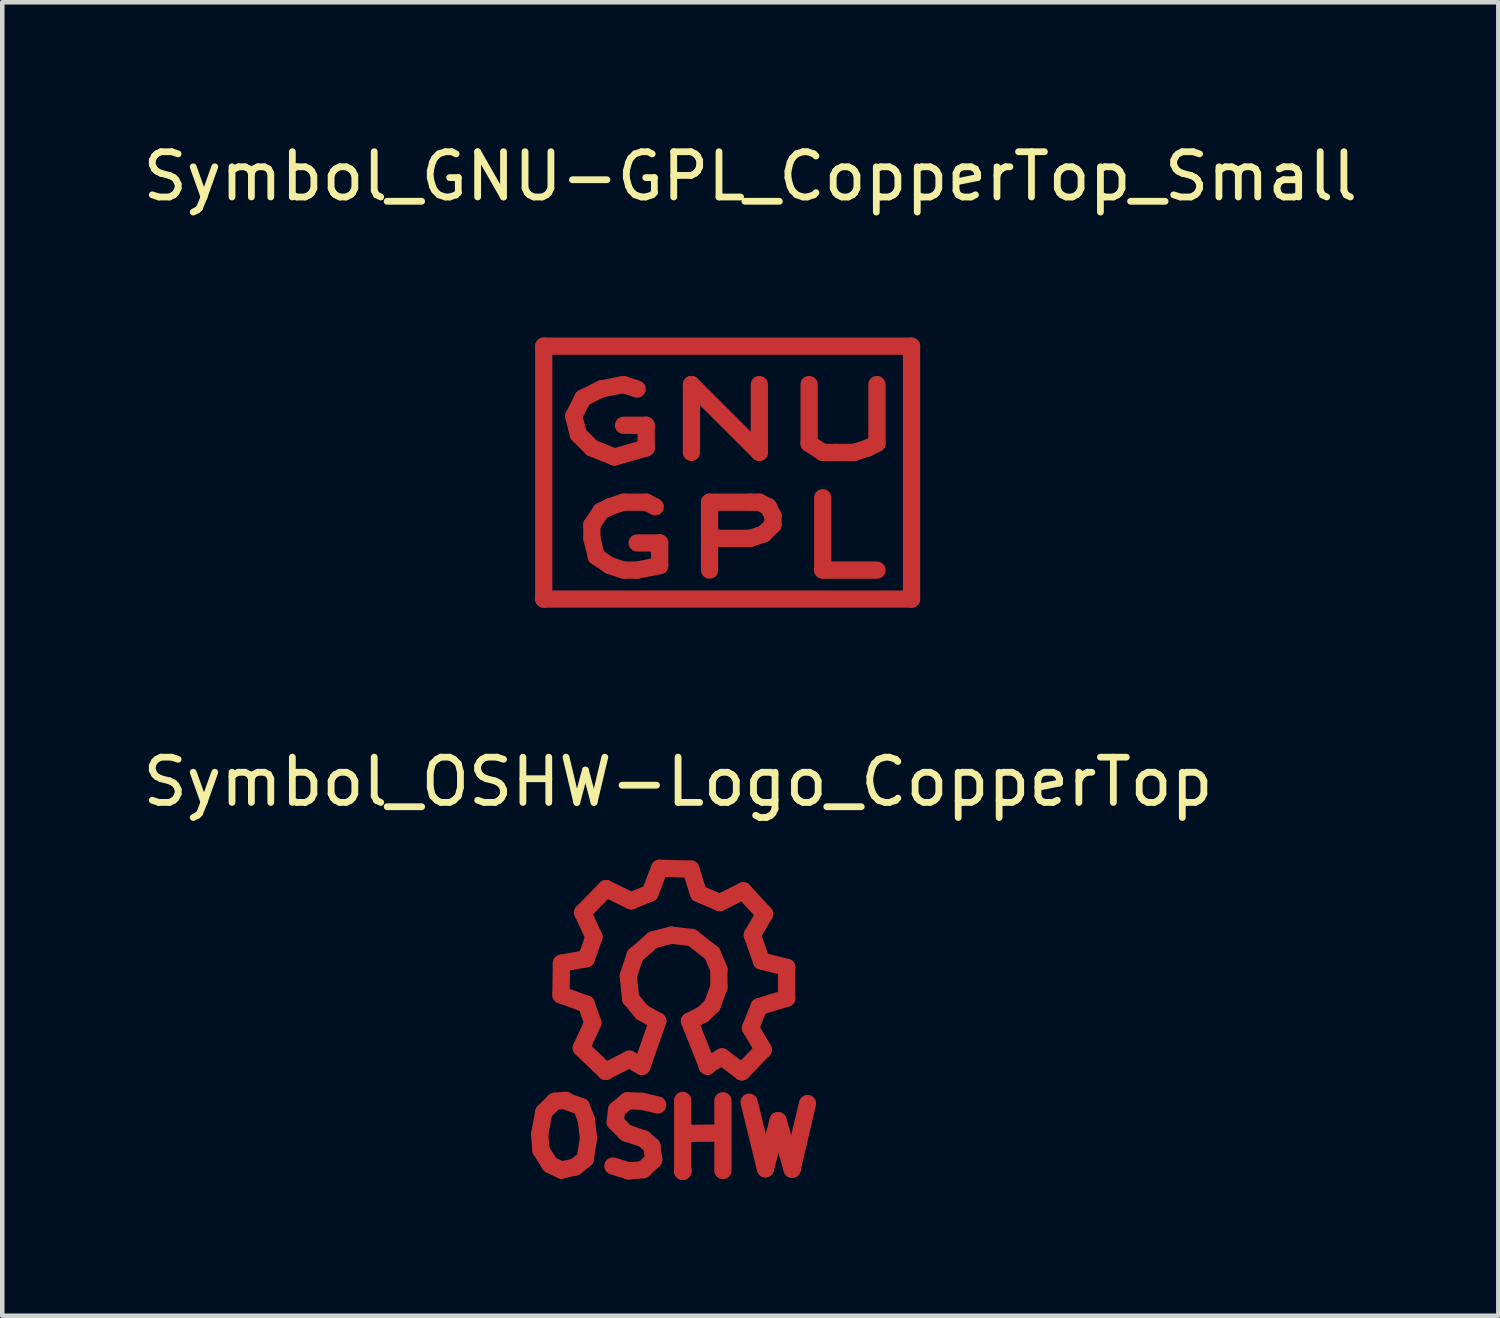
<source format=kicad_pcb>
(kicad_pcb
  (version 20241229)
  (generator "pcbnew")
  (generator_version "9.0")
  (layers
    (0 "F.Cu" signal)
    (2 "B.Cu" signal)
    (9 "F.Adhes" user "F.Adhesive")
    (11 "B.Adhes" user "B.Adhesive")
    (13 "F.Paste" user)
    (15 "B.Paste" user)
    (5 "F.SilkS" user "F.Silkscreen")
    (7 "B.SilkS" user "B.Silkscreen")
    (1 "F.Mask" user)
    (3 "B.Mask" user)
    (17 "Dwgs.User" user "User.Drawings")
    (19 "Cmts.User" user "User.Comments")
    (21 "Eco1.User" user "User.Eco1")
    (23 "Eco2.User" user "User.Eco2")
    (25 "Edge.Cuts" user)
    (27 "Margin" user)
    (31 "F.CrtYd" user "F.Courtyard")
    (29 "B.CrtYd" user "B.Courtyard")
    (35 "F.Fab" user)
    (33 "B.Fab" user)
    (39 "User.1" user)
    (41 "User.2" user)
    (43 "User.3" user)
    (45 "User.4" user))
  (footprint "Symbol_OSHW-Logo_CopperTop"
    (layer "F.Cu")
    (at 11.835 18.616)
    (property "Reference" "Symbol_OSHW-Logo_CopperTop" (at 0.099 -4.389 0) (layer "F.SilkS") (effects (font (size 1 1) (thickness 0.15))))
    (attr through_hole)
    (fp_line (start -2.959 3.401) (end -2.931 3.749) (stroke (width 0.381) (type solid)) (layer "F.Cu"))
    (fp_line (start -2.931 3.749) (end -2.731 4.069) (stroke (width 0.381) (type solid)) (layer "F.Cu"))
    (fp_line (start -2.87 2.911) (end -2.959 3.401) (stroke (width 0.381) (type solid)) (layer "F.Cu"))
    (fp_line (start -2.731 4.069) (end -2.479 4.191) (stroke (width 0.381) (type solid)) (layer "F.Cu"))
    (fp_line (start -2.629 2.67) (end -2.87 2.911) (stroke (width 0.381) (type solid)) (layer "F.Cu"))
    (fp_line (start -2.489 0.32) (end -1.93 0.521) (stroke (width 0.381) (type solid)) (layer "F.Cu"))
    (fp_line (start -2.479 -0.381) (end -2.489 0.32) (stroke (width 0.381) (type solid)) (layer "F.Cu"))
    (fp_line (start -2.479 4.191) (end -2.169 4.12) (stroke (width 0.381) (type solid)) (layer "F.Cu"))
    (fp_line (start -2.38 2.649) (end -2.629 2.67) (stroke (width 0.381) (type solid)) (layer "F.Cu"))
    (fp_line (start -2.169 4.12) (end -1.951 3.94) (stroke (width 0.381) (type solid)) (layer "F.Cu"))
    (fp_line (start -2.04 1.491) (end -1.501 2.009) (stroke (width 0.381) (type solid)) (layer "F.Cu"))
    (fp_line (start -2.04 2.789) (end -2.4 2.659) (stroke (width 0.381) (type solid)) (layer "F.Cu"))
    (fp_line (start -2.009 -1.501) (end -1.76 -0.96) (stroke (width 0.381) (type solid)) (layer "F.Cu"))
    (fp_line (start -1.951 3.94) (end -1.88 3.48) (stroke (width 0.381) (type solid)) (layer "F.Cu"))
    (fp_line (start -1.93 -0.48) (end -2.479 -0.381) (stroke (width 0.381) (type solid)) (layer "F.Cu"))
    (fp_line (start -1.93 0.521) (end -1.791 0.919) (stroke (width 0.381) (type solid)) (layer "F.Cu"))
    (fp_line (start -1.93 3.071) (end -2.04 2.789) (stroke (width 0.381) (type solid)) (layer "F.Cu"))
    (fp_line (start -1.88 3.48) (end -1.93 3.071) (stroke (width 0.381) (type solid)) (layer "F.Cu"))
    (fp_line (start -1.781 0.93) (end -2.04 1.491) (stroke (width 0.381) (type solid)) (layer "F.Cu"))
    (fp_line (start -1.76 -0.96) (end -1.93 -0.48) (stroke (width 0.381) (type solid)) (layer "F.Cu"))
    (fp_line (start -1.501 2.009) (end -0.98 1.74) (stroke (width 0.381) (type solid)) (layer "F.Cu"))
    (fp_line (start -1.491 -2.029) (end -2.009 -1.501) (stroke (width 0.381) (type solid)) (layer "F.Cu"))
    (fp_line (start -1.29 3.129) (end -1.049 3.371) (stroke (width 0.381) (type solid)) (layer "F.Cu"))
    (fp_line (start -1.26 2.86) (end -1.29 3.129) (stroke (width 0.381) (type solid)) (layer "F.Cu"))
    (fp_line (start -1.049 3.371) (end -0.66 3.5) (stroke (width 0.381) (type solid)) (layer "F.Cu"))
    (fp_line (start -1.021 2.659) (end -1.26 2.86) (stroke (width 0.381) (type solid)) (layer "F.Cu"))
    (fp_line (start -1.001 -0.099) (end -0.95 0.399) (stroke (width 0.381) (type solid)) (layer "F.Cu"))
    (fp_line (start -0.991 4.209) (end -1.341 4.1) (stroke (width 0.381) (type solid)) (layer "F.Cu"))
    (fp_line (start -0.98 1.74) (end -0.701 1.9) (stroke (width 0.381) (type solid)) (layer "F.Cu"))
    (fp_line (start -0.95 0.399) (end -0.701 0.701) (stroke (width 0.381) (type solid)) (layer "F.Cu"))
    (fp_line (start -0.94 -1.76) (end -1.491 -2.029) (stroke (width 0.381) (type solid)) (layer "F.Cu"))
    (fp_line (start -0.851 -0.551) (end -1.001 -0.099) (stroke (width 0.381) (type solid)) (layer "F.Cu"))
    (fp_line (start -0.701 0.701) (end -0.351 0.899) (stroke (width 0.381) (type solid)) (layer "F.Cu"))
    (fp_line (start -0.701 2.67) (end -1.021 2.659) (stroke (width 0.381) (type solid)) (layer "F.Cu"))
    (fp_line (start -0.671 4.181) (end -0.991 4.209) (stroke (width 0.381) (type solid)) (layer "F.Cu"))
    (fp_line (start -0.66 3.5) (end -0.48 3.66) (stroke (width 0.381) (type solid)) (layer "F.Cu"))
    (fp_line (start -0.521 -1.93) (end -0.94 -1.76) (stroke (width 0.381) (type solid)) (layer "F.Cu"))
    (fp_line (start -0.48 3.66) (end -0.439 3.96) (stroke (width 0.381) (type solid)) (layer "F.Cu"))
    (fp_line (start -0.45 -0.899) (end -0.851 -0.551) (stroke (width 0.381) (type solid)) (layer "F.Cu"))
    (fp_line (start -0.439 3.96) (end -0.671 4.181) (stroke (width 0.381) (type solid)) (layer "F.Cu"))
    (fp_line (start -0.351 0.899) (end -0.701 1.9) (stroke (width 0.381) (type solid)) (layer "F.Cu"))
    (fp_line (start -0.351 2.751) (end -0.701 2.67) (stroke (width 0.381) (type solid)) (layer "F.Cu"))
    (fp_line (start -0.31 -2.479) (end -0.521 -1.93) (stroke (width 0.381) (type solid)) (layer "F.Cu"))
    (fp_line (start -0.051 -1.001) (end -0.45 -0.899) (stroke (width 0.381) (type solid)) (layer "F.Cu"))
    (fp_line (start 0.201 2.649) (end 0.201 4.219) (stroke (width 0.381) (type solid)) (layer "F.Cu"))
    (fp_line (start 0.201 4.219) (end 0.211 4.209) (stroke (width 0.381) (type solid)) (layer "F.Cu"))
    (fp_line (start 0.249 3.381) (end 1.039 3.371) (stroke (width 0.381) (type solid)) (layer "F.Cu"))
    (fp_line (start 0.351 0.899) (end 0.65 0.749) (stroke (width 0.381) (type solid)) (layer "F.Cu"))
    (fp_line (start 0.351 0.899) (end 0.749 1.9) (stroke (width 0.381) (type solid)) (layer "F.Cu"))
    (fp_line (start 0.381 -2.461) (end -0.31 -2.479) (stroke (width 0.381) (type solid)) (layer "F.Cu"))
    (fp_line (start 0.399 -0.95) (end -0.051 -1.001) (stroke (width 0.381) (type solid)) (layer "F.Cu"))
    (fp_line (start 0.551 -1.92) (end 0.381 -2.461) (stroke (width 0.381) (type solid)) (layer "F.Cu"))
    (fp_line (start 0.65 0.749) (end 0.851 0.551) (stroke (width 0.381) (type solid)) (layer "F.Cu"))
    (fp_line (start 0.739 1.88) (end 1.069 1.689) (stroke (width 0.381) (type solid)) (layer "F.Cu"))
    (fp_line (start 0.851 -0.599) (end 0.399 -0.95) (stroke (width 0.381) (type solid)) (layer "F.Cu"))
    (fp_line (start 0.851 0.551) (end 1.001 0.15) (stroke (width 0.381) (type solid)) (layer "F.Cu"))
    (fp_line (start 1.001 -0.249) (end 0.851 -0.599) (stroke (width 0.381) (type solid)) (layer "F.Cu"))
    (fp_line (start 1.001 0.15) (end 1.001 -0.249) (stroke (width 0.381) (type solid)) (layer "F.Cu"))
    (fp_line (start 1.021 -1.72) (end 0.551 -1.92) (stroke (width 0.381) (type solid)) (layer "F.Cu"))
    (fp_line (start 1.039 3.371) (end 1.049 3.381) (stroke (width 0.381) (type solid)) (layer "F.Cu"))
    (fp_line (start 1.049 3.381) (end 1.049 3.371) (stroke (width 0.381) (type solid)) (layer "F.Cu"))
    (fp_line (start 1.069 1.689) (end 1.509 2.019) (stroke (width 0.381) (type solid)) (layer "F.Cu"))
    (fp_line (start 1.09 2.659) (end 1.09 4.201) (stroke (width 0.381) (type solid)) (layer "F.Cu"))
    (fp_line (start 1.509 2.019) (end 1.981 1.529) (stroke (width 0.381) (type solid)) (layer "F.Cu"))
    (fp_line (start 1.539 -1.981) (end 1.021 -1.72) (stroke (width 0.381) (type solid)) (layer "F.Cu"))
    (fp_line (start 1.669 2.69) (end 2.029 4.161) (stroke (width 0.381) (type solid)) (layer "F.Cu"))
    (fp_line (start 1.699 1.049) (end 1.89 0.579) (stroke (width 0.381) (type solid)) (layer "F.Cu"))
    (fp_line (start 1.74 -1.001) (end 2.009 -1.471) (stroke (width 0.381) (type solid)) (layer "F.Cu"))
    (fp_line (start 1.89 0.579) (end 2.499 0.391) (stroke (width 0.381) (type solid)) (layer "F.Cu"))
    (fp_line (start 1.941 -0.429) (end 1.74 -1.001) (stroke (width 0.381) (type solid)) (layer "F.Cu"))
    (fp_line (start 1.981 1.529) (end 1.699 1.049) (stroke (width 0.381) (type solid)) (layer "F.Cu"))
    (fp_line (start 2.009 -1.471) (end 1.539 -1.981) (stroke (width 0.381) (type solid)) (layer "F.Cu"))
    (fp_line (start 2.029 4.161) (end 2.309 3.099) (stroke (width 0.381) (type solid)) (layer "F.Cu"))
    (fp_line (start 2.309 3.099) (end 2.619 4.171) (stroke (width 0.381) (type solid)) (layer "F.Cu"))
    (fp_line (start 2.499 -0.29) (end 1.941 -0.429) (stroke (width 0.381) (type solid)) (layer "F.Cu"))
    (fp_line (start 2.499 0.391) (end 2.499 -0.29) (stroke (width 0.381) (type solid)) (layer "F.Cu"))
    (fp_line (start 2.619 4.171) (end 2.959 2.72) (stroke (width 0.381) (type solid)) (layer "F.Cu")))
  (footprint "Symbol_GNU-GPL_CopperTop_Small"
    (layer "F.Cu")
    (at 13.029 7.648)
    (property "Reference" "Symbol_GNU-GPL_CopperTop_Small" (at 0.5 -6.8 0) (layer "F.SilkS") (effects (font (size 1 1) (thickness 0.15))))
    (attr through_hole)
    (fp_line (start -4.064 -3.048) (end 4.064 -3.048) (stroke (width 0.381) (type solid)) (layer "F.Cu"))
    (fp_line (start -4.064 2.54) (end -4.064 -3.048) (stroke (width 0.381) (type solid)) (layer "F.Cu"))
    (fp_line (start -3.401 -1.501) (end -3.299 -1.1) (stroke (width 0.381) (type solid)) (layer "F.Cu"))
    (fp_line (start -3.299 -1.1) (end -3 -0.8) (stroke (width 0.381) (type solid)) (layer "F.Cu"))
    (fp_line (start -3.2 -1.9) (end -3.401 -1.501) (stroke (width 0.381) (type solid)) (layer "F.Cu"))
    (fp_line (start -3 -0.8) (end -2.499 -0.599) (stroke (width 0.381) (type solid)) (layer "F.Cu"))
    (fp_line (start -3 0.899) (end -3 1.199) (stroke (width 0.381) (type solid)) (layer "F.Cu"))
    (fp_line (start -3 1.199) (end -2.901 1.6) (stroke (width 0.381) (type solid)) (layer "F.Cu"))
    (fp_line (start -2.901 1.6) (end -2.601 1.801) (stroke (width 0.381) (type solid)) (layer "F.Cu"))
    (fp_line (start -2.799 -2.101) (end -3.2 -1.9) (stroke (width 0.381) (type solid)) (layer "F.Cu"))
    (fp_line (start -2.799 0.599) (end -3 0.899) (stroke (width 0.381) (type solid)) (layer "F.Cu"))
    (fp_line (start -2.601 0.5) (end -2.799 0.599) (stroke (width 0.381) (type solid)) (layer "F.Cu"))
    (fp_line (start -2.601 1.801) (end -2.301 1.9) (stroke (width 0.381) (type solid)) (layer "F.Cu"))
    (fp_line (start -2.499 -0.599) (end -1.801 -0.8) (stroke (width 0.381) (type solid)) (layer "F.Cu"))
    (fp_line (start -2.301 -2.2) (end -2.799 -2.101) (stroke (width 0.381) (type solid)) (layer "F.Cu"))
    (fp_line (start -2.301 0.399) (end -2.601 0.5) (stroke (width 0.381) (type solid)) (layer "F.Cu"))
    (fp_line (start -2.301 1.9) (end -1.999 1.9) (stroke (width 0.381) (type solid)) (layer "F.Cu"))
    (fp_line (start -1.999 -2.101) (end -2.301 -2.2) (stroke (width 0.381) (type solid)) (layer "F.Cu"))
    (fp_line (start -1.999 1.9) (end -1.501 1.801) (stroke (width 0.381) (type solid)) (layer "F.Cu"))
    (fp_line (start -1.801 -1.3) (end -2.301 -1.3) (stroke (width 0.381) (type solid)) (layer "F.Cu"))
    (fp_line (start -1.801 -0.8) (end -1.801 -1.3) (stroke (width 0.381) (type solid)) (layer "F.Cu"))
    (fp_line (start -1.801 0.399) (end -2.301 0.399) (stroke (width 0.381) (type solid)) (layer "F.Cu"))
    (fp_line (start -1.6 0.5) (end -1.801 0.399) (stroke (width 0.381) (type solid)) (layer "F.Cu"))
    (fp_line (start -1.501 1.3) (end -1.999 1.3) (stroke (width 0.381) (type solid)) (layer "F.Cu"))
    (fp_line (start -1.501 1.801) (end -1.501 1.3) (stroke (width 0.381) (type solid)) (layer "F.Cu"))
    (fp_line (start -0.8 -2.2) (end 0.701 -0.701) (stroke (width 0.381) (type solid)) (layer "F.Cu"))
    (fp_line (start -0.8 -0.701) (end -0.8 -2.2) (stroke (width 0.381) (type solid)) (layer "F.Cu"))
    (fp_line (start -0.399 0.399) (end 0.5 0.399) (stroke (width 0.381) (type solid)) (layer "F.Cu"))
    (fp_line (start -0.399 1.9) (end -0.399 0.399) (stroke (width 0.381) (type solid)) (layer "F.Cu"))
    (fp_line (start 0.5 0.399) (end 0.701 0.399) (stroke (width 0.381) (type solid)) (layer "F.Cu"))
    (fp_line (start 0.5 1.199) (end -0.399 1.199) (stroke (width 0.381) (type solid)) (layer "F.Cu"))
    (fp_line (start 0.701 -0.701) (end 0.701 -2.2) (stroke (width 0.381) (type solid)) (layer "F.Cu"))
    (fp_line (start 0.701 0.399) (end 0.899 0.5) (stroke (width 0.381) (type solid)) (layer "F.Cu"))
    (fp_line (start 0.8 1.1) (end 0.5 1.199) (stroke (width 0.381) (type solid)) (layer "F.Cu"))
    (fp_line (start 0.899 0.5) (end 1.001 0.701) (stroke (width 0.381) (type solid)) (layer "F.Cu"))
    (fp_line (start 1.001 0.701) (end 1.001 0.899) (stroke (width 0.381) (type solid)) (layer "F.Cu"))
    (fp_line (start 1.001 0.899) (end 0.8 1.1) (stroke (width 0.381) (type solid)) (layer "F.Cu"))
    (fp_line (start 1.801 -2.2) (end 1.801 -0.899) (stroke (width 0.381) (type solid)) (layer "F.Cu"))
    (fp_line (start 1.801 -0.899) (end 2.101 -0.701) (stroke (width 0.381) (type solid)) (layer "F.Cu"))
    (fp_line (start 2.101 -0.701) (end 2.4 -0.701) (stroke (width 0.381) (type solid)) (layer "F.Cu"))
    (fp_line (start 2.101 0.3) (end 2.101 1.9) (stroke (width 0.381) (type solid)) (layer "F.Cu"))
    (fp_line (start 2.101 1.9) (end 3.299 1.9) (stroke (width 0.381) (type solid)) (layer "F.Cu"))
    (fp_line (start 2.4 -0.701) (end 2.799 -0.701) (stroke (width 0.381) (type solid)) (layer "F.Cu"))
    (fp_line (start 2.799 -0.701) (end 3.099 -0.8) (stroke (width 0.381) (type solid)) (layer "F.Cu"))
    (fp_line (start 3.099 -0.8) (end 3.299 -0.899) (stroke (width 0.381) (type solid)) (layer "F.Cu"))
    (fp_line (start 3.299 -0.899) (end 3.299 -2.2) (stroke (width 0.381) (type solid)) (layer "F.Cu"))
    (fp_line (start 4.064 -3.048) (end 4.064 2.54) (stroke (width 0.381) (type solid)) (layer "F.Cu"))
    (fp_line (start 4.064 2.54) (end -4.064 2.54) (stroke (width 0.381) (type solid)) (layer "F.Cu")))
  (gr_rect
    (start -3 -3)
    (end 30.06 26.025)
    (stroke (width 0.1) (type default))
    (fill no)
    (layer "Edge.Cuts")))
</source>
